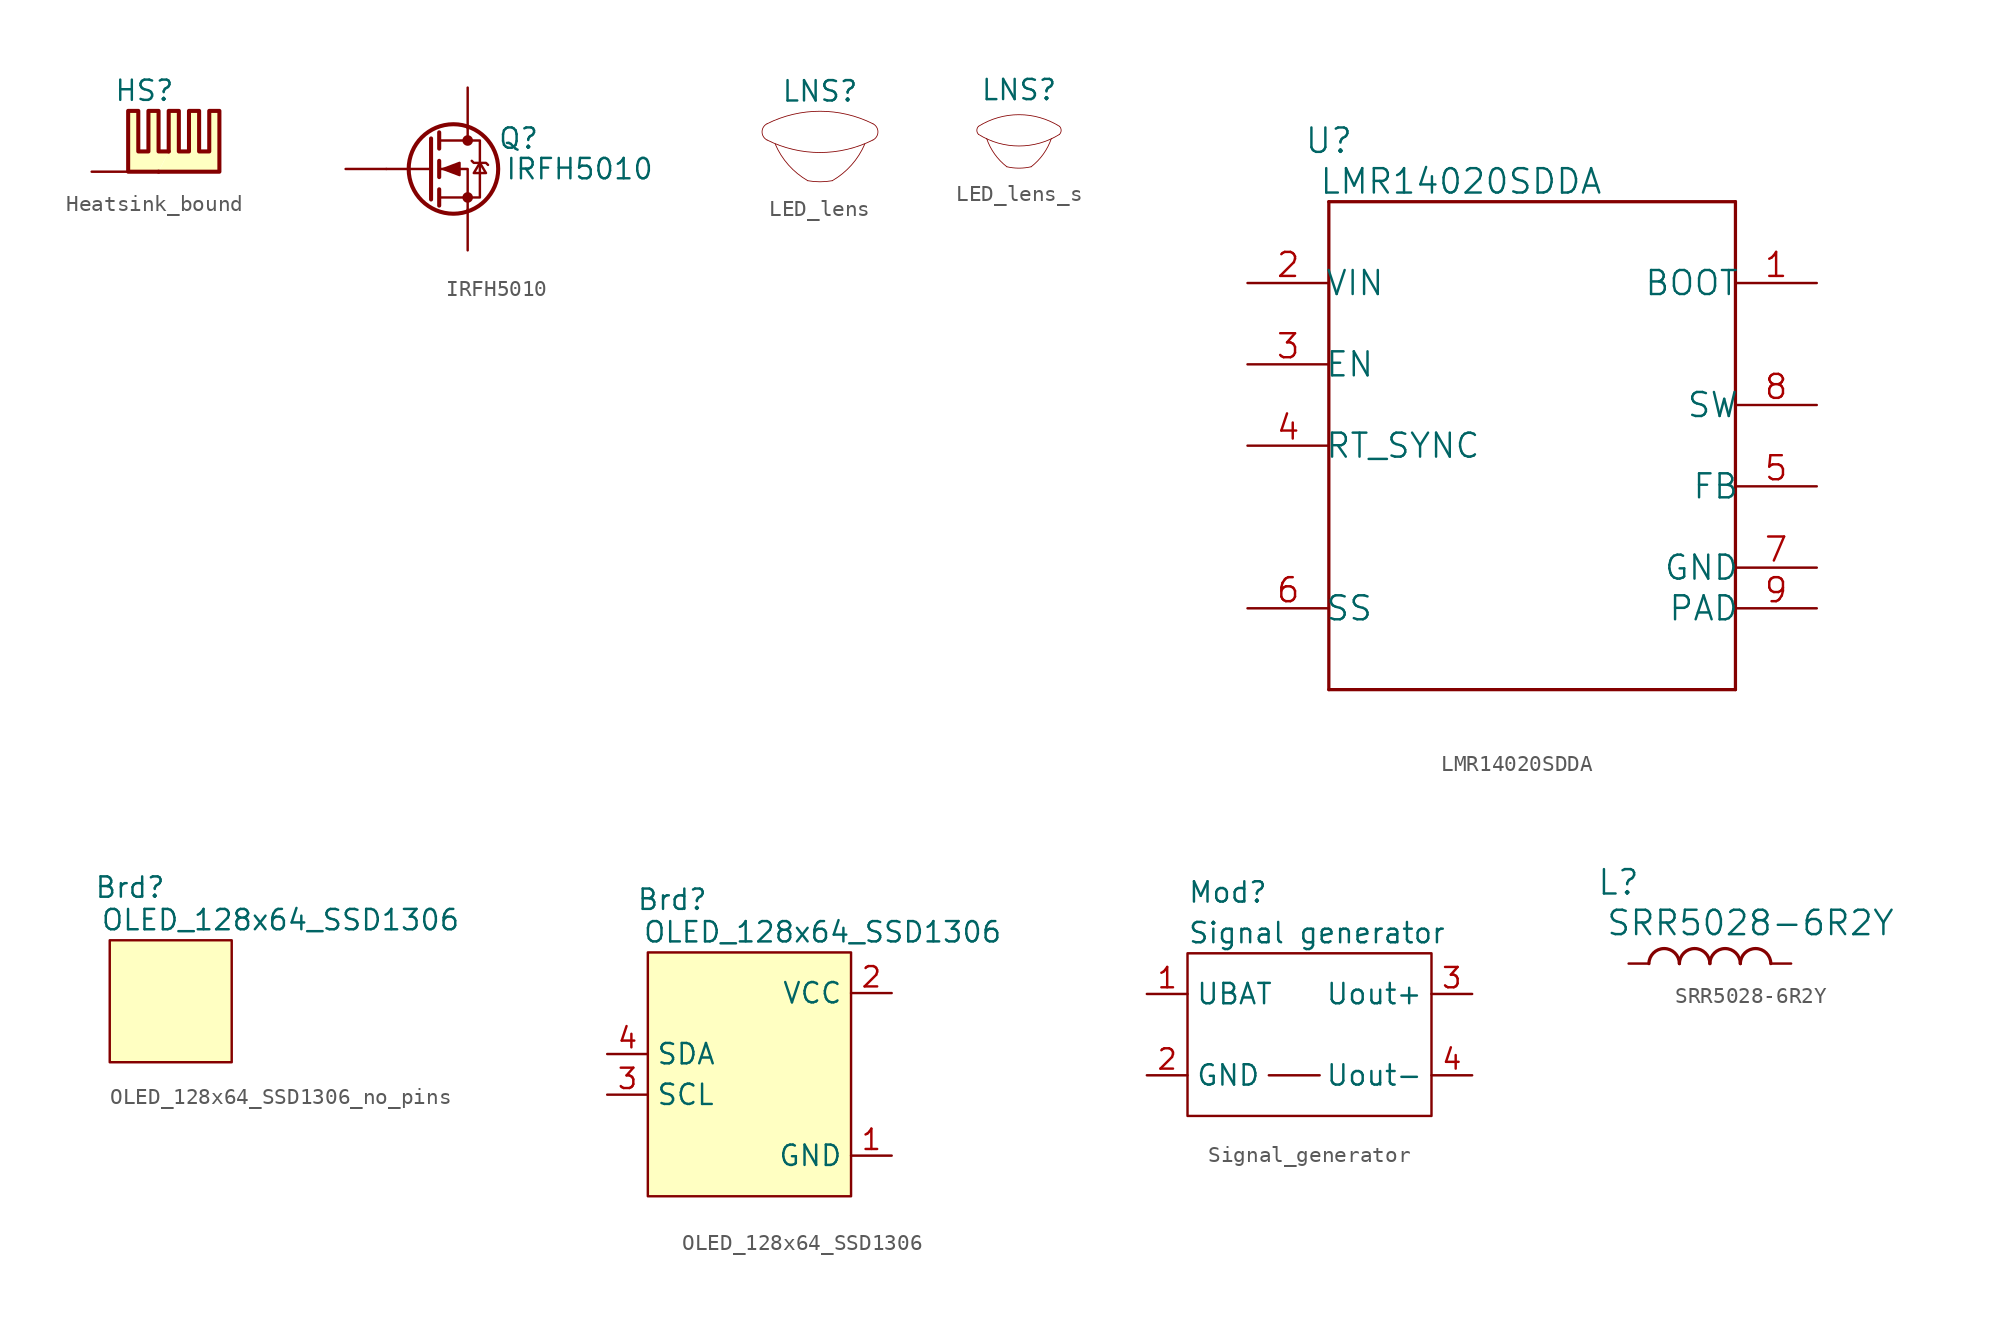
<source format=kicad_sym>
(kicad_symbol_lib
  (version 20241209)
  (generator "kicad_symbol_editor")
  (generator_version "9.0")
  (symbol "Heatsink_bound"
    (pin_numbers
      (hide yes))
    (pin_names
      (hide yes))
    (property "Reference" "HS"
      (at -1.778 5.08 0)
      (effects (font (size 1.27 1.27))))
    (property "Value" ""
      (at 0 0 0)
      (effects (font (size 1.27 1.27))))
    (symbol "Heatsink_bound_0_1"
      (polyline (pts (xy -0.254 1.27) (xy -0.889 1.27) (xy -0.889 3.81) (xy -1.524 3.81) (xy -1.524 1.27) (xy -2.159 1.27) (xy -2.159 3.81) (xy -2.794 3.81) (xy -2.794 0) (xy -0.889 0)) (stroke (width 0.254) (type default)) (fill (type background)))
      (polyline (pts (xy -0.254 1.27) (xy -0.254 3.81) (xy 0.381 3.81) (xy 0.381 1.27) (xy 1.016 1.27) (xy 1.016 3.81) (xy 1.651 3.81) (xy 1.651 1.27) (xy 2.286 1.27) (xy 2.286 3.81) (xy 2.921 3.81) (xy 2.921 0) (xy -0.889 0)) (stroke (width 0.254) (type default)) (fill (type background))))
    (symbol "Heatsink_bound_1_1"
      (pin passive line (at -5.08 0 0) (length 2.54) (name "1" (effects (font (size 1.27 1.27)))) (number "1" (effects (font (size 1.27 1.27)))))))
  (symbol "IRFH5010"
    (pin_numbers
      (hide yes))
    (pin_names
      (offset 1.016)
      (hide yes))
    (property "Reference" "Q"
      (at 3.175 1.905 0)
      (effects (font (size 1.27 1.27))))
    (property "Value" "IRFH5010"
      (at 6.985 0 0)
      (effects (font (size 1.27 1.27))))
    (symbol "IRFH5010_1_1"
      (polyline (pts (xy -2.286 1.905) (xy -2.286 -1.905)) (stroke (width 0.254) (type solid)) (fill (type none)))
      (polyline (pts (xy -2.286 0) (xy -5.08 0)) (stroke (width 0) (type solid)) (fill (type none)))
      (polyline (pts (xy -1.778 2.286) (xy -1.778 1.27)) (stroke (width 0.254) (type solid)) (fill (type none)))
      (polyline (pts (xy -1.778 0.508) (xy -1.778 -0.508)) (stroke (width 0.254) (type solid)) (fill (type none)))
      (polyline (pts (xy -1.778 -1.27) (xy -1.778 -2.286)) (stroke (width 0.254) (type solid)) (fill (type none)))
      (polyline (pts (xy -1.778 -1.778) (xy 0.762 -1.778) (xy 0.762 1.778) (xy -1.778 1.778)) (stroke (width 0) (type solid)) (fill (type none)))
      (polyline (pts (xy -1.524 0) (xy -0.508 0.381) (xy -0.508 -0.381) (xy -1.524 0)) (stroke (width 0) (type solid)) (fill (type outline)))
      (circle (center -0.889 0) (radius 2.794) (stroke (width 0.254) (type solid)) (fill (type none)))
      (polyline (pts (xy 0 2.54) (xy 0 1.778)) (stroke (width 0) (type solid)) (fill (type none)))
      (circle (center 0 1.778) (radius 0.254) (stroke (width 0) (type solid)) (fill (type outline)))
      (circle (center 0 -1.778) (radius 0.254) (stroke (width 0) (type solid)) (fill (type outline)))
      (polyline (pts (xy 0 -2.54) (xy 0 0) (xy -1.778 0)) (stroke (width 0) (type solid)) (fill (type none)))
      (polyline (pts (xy 0.254 0.508) (xy 0.381 0.381) (xy 1.143 0.381) (xy 1.27 0.254)) (stroke (width 0) (type solid)) (fill (type none)))
      (polyline (pts (xy 0.762 0.381) (xy 0.381 -0.254) (xy 1.143 -0.254) (xy 0.762 0.381)) (stroke (width 0) (type solid)) (fill (type none)))
      (pin input line (at -7.62 0 0) (length 2.54) (name "G" (effects (font (size 1.27 1.27)))) (number "4" (effects (font (size 1.27 1.27)))))
      (pin passive line (at 0 5.08 270) (length 2.54) (name "D" (effects (font (size 1.27 1.27)))) (number "5" (effects (font (size 1.27 1.27)))))
      (pin passive line (at 0 -5.08 90) (length 2.54) (name "S" (effects (font (size 1.27 1.27)))) (number "1" (effects (font (size 1.27 1.27)))))
      (pin passive line (at 0 -5.08 90) (length 2.54) (hide yes) (name "S" (effects (font (size 1.27 1.27)))) (number "2" (effects (font (size 1.27 1.27)))))
      (pin passive line (at 0 -5.08 90) (length 2.54) (hide yes) (name "S" (effects (font (size 1.27 1.27)))) (number "3" (effects (font (size 1.27 1.27)))))))
  (symbol "LED_lens"
    (property "Reference" "LNS"
      (at 0 2.54 0)
      (effects (font (size 1.27 1.27))))
    (property "Value" ""
      (at 0 0 0)
      (effects (font (size 1.27 1.27))))
    (symbol "LED_lens_1_1"
      (arc (start -3.302 -0.508) (mid -3.616 0) (end -3.302 0.508) (stroke (width 0.0508) (type default)) (fill (type none)))
      (arc (start 2.794 -0.762) (mid 1.9638 -2.0701) (end 0.762 -3.048) (stroke (width 0.0508) (type default)) (fill (type none)))
      (arc (start 3.302 -0.508) (mid 0 -1.2875) (end -3.302 -0.508) (stroke (width 0.0508) (type default)) (fill (type none)))
      (arc (start 0.762 -3.048) (mid 0 -3.1147) (end -0.762 -3.048) (stroke (width 0.0508) (type default)) (fill (type none)))
      (arc (start -3.302 0.508) (mid 0 1.2875) (end 3.302 0.508) (stroke (width 0.0508) (type default)) (fill (type none)))
      (arc (start -0.762 -3.048) (mid -1.9634 -2.0698) (end -2.794 -0.762) (stroke (width 0.0508) (type default)) (fill (type none)))
      (arc (start 3.302 0.508) (mid 3.616 0) (end 3.302 -0.508) (stroke (width 0.0508) (type default)) (fill (type none)))))
  (symbol "LED_lens_s"
    (property "Reference" "LNS"
      (at 0 2.54 0)
      (effects (font (size 1.27 1.27))))
    (property "Value" ""
      (at 0 -0.254 0)
      (effects (font (size 1.27 1.27))))
    (symbol "LED_lens_s_1_1"
      (arc (start -2.54 -0.254) (mid -2.6452 0) (end -2.54 0.254) (stroke (width 0.0508) (type default)) (fill (type none)))
      (arc (start 2.032 -0.508) (mid 1.5278 -1.4904) (end 0.762 -2.286) (stroke (width 0.0508) (type default)) (fill (type none)))
      (arc (start 2.54 -0.254) (mid 0 -0.9816) (end -2.54 -0.254) (stroke (width 0.0508) (type default)) (fill (type none)))
      (arc (start 0.762 -2.286) (mid 0 -2.3728) (end -0.762 -2.286) (stroke (width 0.0508) (type default)) (fill (type none)))
      (arc (start -2.54 0.254) (mid 0 0.9816) (end 2.54 0.254) (stroke (width 0.0508) (type default)) (fill (type none)))
      (arc (start -0.762 -2.286) (mid -1.5278 -1.4904) (end -2.032 -0.508) (stroke (width 0.0508) (type default)) (fill (type none)))
      (arc (start 2.54 0.254) (mid 2.6452 0) (end 2.54 -0.254) (stroke (width 0.0508) (type default)) (fill (type none)))))
  (symbol "LMR14020SDDA"
    (pin_names
      (offset -0.254))
    (property "Reference" "U"
      (at -12.7 19.05 0)
      (effects (font (size 1.524 1.524))))
    (property "Value" "LMR14020SDDA"
      (at -4.445 16.51 0)
      (effects (font (size 1.524 1.524))))
    (property "Datasheet" ""
      (at 0 0 0)
      (effects (font (size 1.524 1.524))))
    (property "ki_locked" ""
      (at 0 0 0)
      (effects (font (size 1.27 1.27))))
    (symbol "LMR14020SDDA_1_1"
      (polyline (pts (xy -12.7 15.24) (xy -12.7 -15.24)) (stroke (width 0.203) (type solid)) (fill (type none)))
      (polyline (pts (xy -12.7 -15.24) (xy 12.7 -15.24)) (stroke (width 0.203) (type solid)) (fill (type none)))
      (polyline (pts (xy 12.7 15.24) (xy -12.7 15.24)) (stroke (width 0.203) (type solid)) (fill (type none)))
      (polyline (pts (xy 12.7 -15.24) (xy 12.7 15.24)) (stroke (width 0.203) (type solid)) (fill (type none)))
      (pin power_in line (at -17.78 10.16 0) (length 5.08) (name "VIN" (effects (font (size 1.499 1.499)))) (number "2" (effects (font (size 1.499 1.499)))))
      (pin input line (at -17.78 5.08 0) (length 5.08) (name "EN" (effects (font (size 1.499 1.499)))) (number "3" (effects (font (size 1.499 1.499)))))
      (pin input line (at -17.78 0 0) (length 5.08) (name "RT_SYNC" (effects (font (size 1.499 1.499)))) (number "4" (effects (font (size 1.499 1.499)))))
      (pin input line (at -17.78 -10.16 0) (length 5.08) (name "SS" (effects (font (size 1.499 1.499)))) (number "6" (effects (font (size 1.499 1.499)))))
      (pin passive line (at 17.78 10.16 180) (length 5.08) (name "BOOT" (effects (font (size 1.499 1.499)))) (number "1" (effects (font (size 1.499 1.499)))))
      (pin output line (at 17.78 2.54 180) (length 5.08) (name "SW" (effects (font (size 1.499 1.499)))) (number "8" (effects (font (size 1.499 1.499)))))
      (pin input line (at 17.78 -2.54 180) (length 5.08) (name "FB" (effects (font (size 1.499 1.499)))) (number "5" (effects (font (size 1.499 1.499)))))
      (pin power_in line (at 17.78 -7.62 180) (length 5.08) (name "GND" (effects (font (size 1.499 1.499)))) (number "7" (effects (font (size 1.499 1.499)))))
      (pin power_in line (at 17.78 -10.16 180) (length 5.08) (name "PAD" (effects (font (size 1.499 1.499)))) (number "9" (effects (font (size 1.499 1.499)))))))
  (symbol "OLED_128x64_SSD1306_no_pins"
    (property "Reference" "Brd"
      (at -2.54 7.112 0)
      (effects (font (size 1.27 1.27))))
    (property "Value" "OLED_128x64_SSD1306"
      (at 6.858 5.08 0)
      (effects (font (size 1.27 1.27))))
    (symbol "OLED_128x64_SSD1306_no_pins_0_1"
      (rectangle (start -3.81 3.81) (end 3.81 -3.81) (stroke (width 0) (type solid)) (fill (type background)))))
  (symbol "OLED_128x64_SSD1306"
    (property "Reference" "Brd"
      (at -4.826 10.922 0)
      (effects (font (size 1.27 1.27))))
    (property "Value" "OLED_128x64_SSD1306"
      (at 4.572 8.89 0)
      (effects (font (size 1.27 1.27))))
    (symbol "OLED_128x64_SSD1306_0_1"
      (rectangle (start -6.35 7.62) (end 6.35 -7.62) (stroke (width 0) (type solid)) (fill (type background))))
    (symbol "OLED_128x64_SSD1306_1_1"
      (pin open_collector line (at -8.89 1.27 0) (length 2.54) (name "SDA" (effects (font (size 1.27 1.27)))) (number "4" (effects (font (size 1.27 1.27)))))
      (pin input line (at -8.89 -1.27 0) (length 2.54) (name "SCL" (effects (font (size 1.27 1.27)))) (number "3" (effects (font (size 1.27 1.27)))))
      (pin power_in line (at 8.89 5.08 180) (length 2.54) (name "VCC" (effects (font (size 1.27 1.27)))) (number "2" (effects (font (size 1.27 1.27)))))
      (pin power_in line (at 8.89 -5.08 180) (length 2.54) (name "GND" (effects (font (size 1.27 1.27)))) (number "1" (effects (font (size 1.27 1.27)))))))
  (symbol "Signal_generator"
    (property "Reference" "Mod"
      (at -7.62 8.89 0)
      (do_not_autoplace)
      (effects (font (size 1.27 1.27)) (justify left)))
    (property "Value" "Signal generator"
      (at -7.62 6.35 0)
      (do_not_autoplace)
      (effects (font (size 1.27 1.27)) (justify left)))
    (symbol "Signal_generator_0_1"
      (rectangle (start -7.62 5.08) (end 7.62 -5.08) (stroke (width 0) (type default)) (fill (type none)))
      (polyline (pts (xy 0.635 -2.54) (xy -2.54 -2.54)) (stroke (width 0) (type default)) (fill (type none))))
    (symbol "Signal_generator_1_1"
      (pin passive line (at -10.16 2.54 0) (length 2.54) (name "UBAT" (effects (font (size 1.27 1.27)))) (number "1" (effects (font (size 1.27 1.27)))))
      (pin passive line (at -10.16 -2.54 0) (length 2.54) (name "GND" (effects (font (size 1.27 1.27)))) (number "2" (effects (font (size 1.27 1.27)))))
      (pin passive line (at 10.16 2.54 180) (length 2.54) (name "Uout+" (effects (font (size 1.27 1.27)))) (number "3" (effects (font (size 1.27 1.27)))))
      (pin passive line (at 10.16 -2.54 180) (length 2.54) (name "Uout-" (effects (font (size 1.27 1.27)))) (number "4" (effects (font (size 1.27 1.27)))))))
  (symbol "SRR5028-6R2Y"
    (pin_numbers
      (hide yes))
    (pin_names
      (offset 1.651)
      (hide yes))
    (property "Reference" "L"
      (at -0.635 5.08 0)
      (effects (font (size 1.524 1.524))))
    (property "Value" "SRR5028-6R2Y"
      (at 7.62 2.54 0)
      (effects (font (size 1.524 1.524))))
    (property "Datasheet" ""
      (at 1.905 2.54 0)
      (effects (font (size 1.524 1.524))))
    (symbol "SRR5028-6R2Y_1_1"
      (arc (start 1.27 0) (mid 2.2225 0.9399) (end 3.175 0) (stroke (width 0.2032) (type solid)) (fill (type none)))
      (arc (start 3.175 0) (mid 4.1275 0.9399) (end 5.08 0) (stroke (width 0.2032) (type solid)) (fill (type none)))
      (arc (start 5.08 0) (mid 6.0325 0.9399) (end 6.985 0) (stroke (width 0.2032) (type solid)) (fill (type none)))
      (arc (start 6.985 0) (mid 7.9375 0.9399) (end 8.89 0) (stroke (width 0.2032) (type solid)) (fill (type none)))
      (pin passive line (at 0 0 0) (length 1.27) (name "2" (effects (font (size 1.499 1.499)))) (number "2" (effects (font (size 1.499 1.499)))))
      (pin passive line (at 10.16 0 180) (length 1.27) (name "1" (effects (font (size 1.499 1.499)))) (number "1" (effects (font (size 1.499 1.499))))))))
</source>
